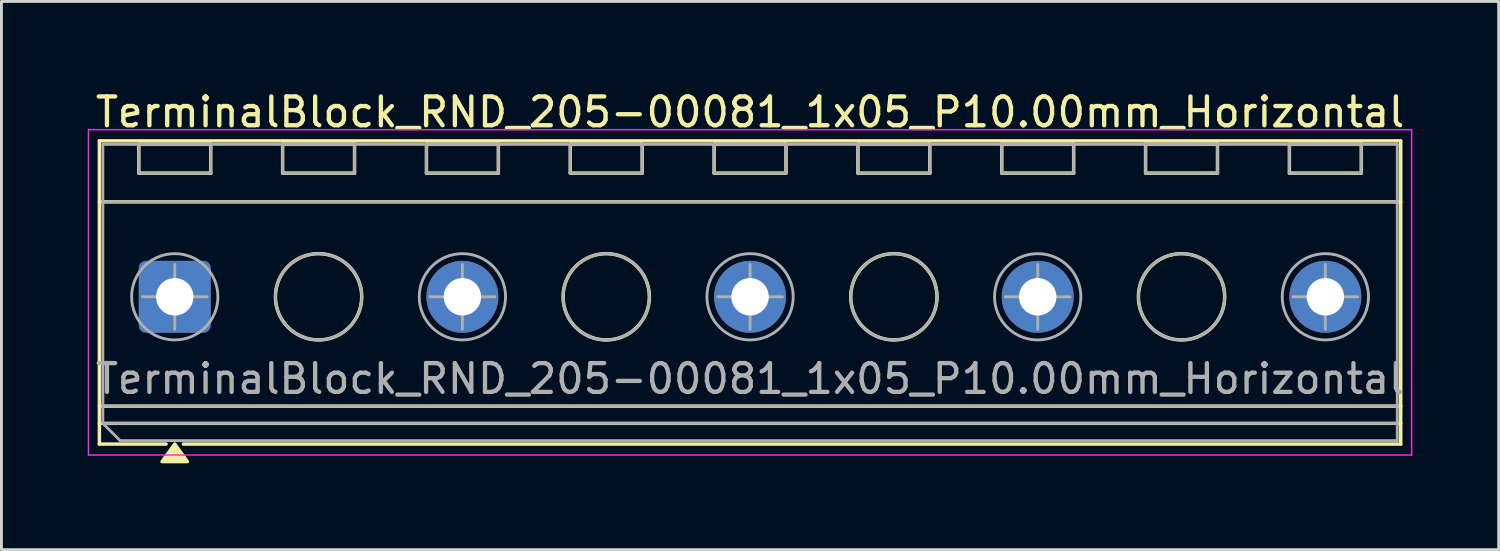
<source format=kicad_pcb>
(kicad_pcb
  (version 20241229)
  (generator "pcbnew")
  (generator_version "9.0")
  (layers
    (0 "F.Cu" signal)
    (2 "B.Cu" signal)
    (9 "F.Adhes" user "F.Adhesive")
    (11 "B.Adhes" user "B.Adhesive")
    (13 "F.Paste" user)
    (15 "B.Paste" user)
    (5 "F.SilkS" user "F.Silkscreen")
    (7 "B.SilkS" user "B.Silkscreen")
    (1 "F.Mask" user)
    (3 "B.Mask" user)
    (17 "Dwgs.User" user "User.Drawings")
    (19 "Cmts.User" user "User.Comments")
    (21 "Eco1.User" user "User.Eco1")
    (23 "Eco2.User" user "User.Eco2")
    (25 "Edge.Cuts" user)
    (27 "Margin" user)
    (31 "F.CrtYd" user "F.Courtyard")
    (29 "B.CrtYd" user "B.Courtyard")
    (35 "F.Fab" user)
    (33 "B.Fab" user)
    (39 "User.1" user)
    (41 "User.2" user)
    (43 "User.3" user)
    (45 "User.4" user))
  (footprint "TerminalBlock_RND_205-00081_1x05_P10.00mm_Horizontal"
    (layer "F.Cu")
    (at 3.025 7.268)
    (property "Reference" "TerminalBlock_RND_205-00081_1x05_P10.00mm_Horizontal" (at 20 -6.42 0) (layer "F.SilkS") (effects (font (size 1 1) (thickness 0.15))))
    (attr through_hole)
    (fp_line (start -2.62 -5.42) (end -2.62 5.12) (stroke (width 0.12) (type solid)) (layer "F.SilkS"))
    (fp_line (start -2.62 -5.42) (end 42.62 -5.42) (stroke (width 0.12) (type solid)) (layer "F.SilkS"))
    (fp_line (start -2.62 -3.3) (end 42.62 -3.3) (stroke (width 0.12) (type solid)) (layer "F.SilkS"))
    (fp_line (start -2.62 3.8) (end 42.62 3.8) (stroke (width 0.12) (type solid)) (layer "F.SilkS"))
    (fp_line (start -2.62 4.4) (end 42.62 4.4) (stroke (width 0.12) (type solid)) (layer "F.SilkS"))
    (fp_line (start -2.62 5.12) (end -0.3 5.12) (stroke (width 0.12) (type solid)) (layer "F.SilkS"))
    (fp_line (start -1.25 -5.3) (end -1.25 -4.3) (stroke (width 0.12) (type solid)) (layer "F.SilkS"))
    (fp_line (start -1.25 -5.3) (end 1.25 -5.3) (stroke (width 0.12) (type solid)) (layer "F.SilkS"))
    (fp_line (start -1.25 -4.3) (end 1.25 -4.3) (stroke (width 0.12) (type solid)) (layer "F.SilkS"))
    (fp_line (start 0.3 5.12) (end 42.62 5.12) (stroke (width 0.12) (type solid)) (layer "F.SilkS"))
    (fp_line (start 1.25 -5.3) (end 1.25 -4.3) (stroke (width 0.12) (type solid)) (layer "F.SilkS"))
    (fp_line (start 3.75 -5.3) (end 3.75 -4.3) (stroke (width 0.12) (type solid)) (layer "F.SilkS"))
    (fp_line (start 3.75 -5.3) (end 6.25 -5.3) (stroke (width 0.12) (type solid)) (layer "F.SilkS"))
    (fp_line (start 3.75 -4.3) (end 6.25 -4.3) (stroke (width 0.12) (type solid)) (layer "F.SilkS"))
    (fp_line (start 6.25 -5.3) (end 6.25 -4.3) (stroke (width 0.12) (type solid)) (layer "F.SilkS"))
    (fp_line (start 8.75 -5.3) (end 8.75 -4.3) (stroke (width 0.12) (type solid)) (layer "F.SilkS"))
    (fp_line (start 8.75 -5.3) (end 11.25 -5.3) (stroke (width 0.12) (type solid)) (layer "F.SilkS"))
    (fp_line (start 8.75 -4.3) (end 11.25 -4.3) (stroke (width 0.12) (type solid)) (layer "F.SilkS"))
    (fp_line (start 11.25 -5.3) (end 11.25 -4.3) (stroke (width 0.12) (type solid)) (layer "F.SilkS"))
    (fp_line (start 13.75 -5.3) (end 13.75 -4.3) (stroke (width 0.12) (type solid)) (layer "F.SilkS"))
    (fp_line (start 13.75 -5.3) (end 16.25 -5.3) (stroke (width 0.12) (type solid)) (layer "F.SilkS"))
    (fp_line (start 13.75 -4.3) (end 16.25 -4.3) (stroke (width 0.12) (type solid)) (layer "F.SilkS"))
    (fp_line (start 16.25 -5.3) (end 16.25 -4.3) (stroke (width 0.12) (type solid)) (layer "F.SilkS"))
    (fp_line (start 18.75 -5.3) (end 18.75 -4.3) (stroke (width 0.12) (type solid)) (layer "F.SilkS"))
    (fp_line (start 18.75 -5.3) (end 21.25 -5.3) (stroke (width 0.12) (type solid)) (layer "F.SilkS"))
    (fp_line (start 18.75 -4.3) (end 21.25 -4.3) (stroke (width 0.12) (type solid)) (layer "F.SilkS"))
    (fp_line (start 21.25 -5.3) (end 21.25 -4.3) (stroke (width 0.12) (type solid)) (layer "F.SilkS"))
    (fp_line (start 23.75 -5.3) (end 23.75 -4.3) (stroke (width 0.12) (type solid)) (layer "F.SilkS"))
    (fp_line (start 23.75 -5.3) (end 26.25 -5.3) (stroke (width 0.12) (type solid)) (layer "F.SilkS"))
    (fp_line (start 23.75 -4.3) (end 26.25 -4.3) (stroke (width 0.12) (type solid)) (layer "F.SilkS"))
    (fp_line (start 26.25 -5.3) (end 26.25 -4.3) (stroke (width 0.12) (type solid)) (layer "F.SilkS"))
    (fp_line (start 28.75 -5.3) (end 28.75 -4.3) (stroke (width 0.12) (type solid)) (layer "F.SilkS"))
    (fp_line (start 28.75 -5.3) (end 31.25 -5.3) (stroke (width 0.12) (type solid)) (layer "F.SilkS"))
    (fp_line (start 28.75 -4.3) (end 31.25 -4.3) (stroke (width 0.12) (type solid)) (layer "F.SilkS"))
    (fp_line (start 31.25 -5.3) (end 31.25 -4.3) (stroke (width 0.12) (type solid)) (layer "F.SilkS"))
    (fp_line (start 33.75 -5.3) (end 33.75 -4.3) (stroke (width 0.12) (type solid)) (layer "F.SilkS"))
    (fp_line (start 33.75 -5.3) (end 36.25 -5.3) (stroke (width 0.12) (type solid)) (layer "F.SilkS"))
    (fp_line (start 33.75 -4.3) (end 36.25 -4.3) (stroke (width 0.12) (type solid)) (layer "F.SilkS"))
    (fp_line (start 36.25 -5.3) (end 36.25 -4.3) (stroke (width 0.12) (type solid)) (layer "F.SilkS"))
    (fp_line (start 38.75 -5.3) (end 38.75 -4.3) (stroke (width 0.12) (type solid)) (layer "F.SilkS"))
    (fp_line (start 38.75 -5.3) (end 41.25 -5.3) (stroke (width 0.12) (type solid)) (layer "F.SilkS"))
    (fp_line (start 38.75 -4.3) (end 41.25 -4.3) (stroke (width 0.12) (type solid)) (layer "F.SilkS"))
    (fp_line (start 41.25 -5.3) (end 41.25 -4.3) (stroke (width 0.12) (type solid)) (layer "F.SilkS"))
    (fp_line (start 42.62 -5.42) (end 42.62 5.12) (stroke (width 0.12) (type solid)) (layer "F.SilkS"))
    (fp_circle (center 5 0) (end 6.5 0) (stroke (width 0.12) (type solid)) (fill no) (layer "F.SilkS"))
    (fp_circle (center 15 0) (end 16.5 0) (stroke (width 0.12) (type solid)) (fill no) (layer "F.SilkS"))
    (fp_circle (center 25 0) (end 26.5 0) (stroke (width 0.12) (type solid)) (fill no) (layer "F.SilkS"))
    (fp_circle (center 35 0) (end 36.5 0) (stroke (width 0.12) (type solid)) (fill no) (layer "F.SilkS"))
    (fp_poly (pts (xy 0 5.12) (xy 0.44 5.73) (xy -0.44 5.73)) (stroke (width 0.12) (type solid)) (fill yes) (layer "F.SilkS"))
    (fp_line (start -3 -5.81) (end -3 5.5) (stroke (width 0.05) (type solid)) (layer "F.CrtYd"))
    (fp_line (start -3 5.5) (end 43 5.5) (stroke (width 0.05) (type solid)) (layer "F.CrtYd"))
    (fp_line (start 43 -5.81) (end -3 -5.81) (stroke (width 0.05) (type solid)) (layer "F.CrtYd"))
    (fp_line (start 43 5.5) (end 43 -5.81) (stroke (width 0.05) (type solid)) (layer "F.CrtYd"))
    (fp_line (start -2.5 -5.3) (end 42.5 -5.3) (stroke (width 0.1) (type solid)) (layer "F.Fab"))
    (fp_line (start -2.5 -3.3) (end 42.5 -3.3) (stroke (width 0.1) (type solid)) (layer "F.Fab"))
    (fp_line (start -2.5 3.8) (end 42.5 3.8) (stroke (width 0.1) (type solid)) (layer "F.Fab"))
    (fp_line (start -2.5 4.4) (end -2.5 -5.3) (stroke (width 0.1) (type solid)) (layer "F.Fab"))
    (fp_line (start -2.5 4.4) (end 42.5 4.4) (stroke (width 0.1) (type solid)) (layer "F.Fab"))
    (fp_line (start -1.9 5) (end -2.5 4.4) (stroke (width 0.1) (type solid)) (layer "F.Fab"))
    (fp_line (start -1.25 -5.3) (end -1.25 -4.3) (stroke (width 0.1) (type solid)) (layer "F.Fab"))
    (fp_line (start -1.25 -4.3) (end 1.25 -4.3) (stroke (width 0.1) (type solid)) (layer "F.Fab"))
    (fp_line (start -1.125 0) (end 1.125 0) (stroke (width 0.1) (type solid)) (layer "F.Fab"))
    (fp_line (start 0 -1.125) (end 0 1.125) (stroke (width 0.1) (type solid)) (layer "F.Fab"))
    (fp_line (start 1.25 -5.3) (end -1.25 -5.3) (stroke (width 0.1) (type solid)) (layer "F.Fab"))
    (fp_line (start 1.25 -4.3) (end 1.25 -5.3) (stroke (width 0.1) (type solid)) (layer "F.Fab"))
    (fp_line (start 3.75 -5.3) (end 3.75 -4.3) (stroke (width 0.1) (type solid)) (layer "F.Fab"))
    (fp_line (start 3.75 -4.3) (end 6.25 -4.3) (stroke (width 0.1) (type solid)) (layer "F.Fab"))
    (fp_line (start 6.25 -5.3) (end 3.75 -5.3) (stroke (width 0.1) (type solid)) (layer "F.Fab"))
    (fp_line (start 6.25 -4.3) (end 6.25 -5.3) (stroke (width 0.1) (type solid)) (layer "F.Fab"))
    (fp_line (start 8.75 -5.3) (end 8.75 -4.3) (stroke (width 0.1) (type solid)) (layer "F.Fab"))
    (fp_line (start 8.75 -4.3) (end 11.25 -4.3) (stroke (width 0.1) (type solid)) (layer "F.Fab"))
    (fp_line (start 8.875 0) (end 11.125 0) (stroke (width 0.1) (type solid)) (layer "F.Fab"))
    (fp_line (start 10 -1.125) (end 10 1.125) (stroke (width 0.1) (type solid)) (layer "F.Fab"))
    (fp_line (start 11.25 -5.3) (end 8.75 -5.3) (stroke (width 0.1) (type solid)) (layer "F.Fab"))
    (fp_line (start 11.25 -4.3) (end 11.25 -5.3) (stroke (width 0.1) (type solid)) (layer "F.Fab"))
    (fp_line (start 13.75 -5.3) (end 13.75 -4.3) (stroke (width 0.1) (type solid)) (layer "F.Fab"))
    (fp_line (start 13.75 -4.3) (end 16.25 -4.3) (stroke (width 0.1) (type solid)) (layer "F.Fab"))
    (fp_line (start 16.25 -5.3) (end 13.75 -5.3) (stroke (width 0.1) (type solid)) (layer "F.Fab"))
    (fp_line (start 16.25 -4.3) (end 16.25 -5.3) (stroke (width 0.1) (type solid)) (layer "F.Fab"))
    (fp_line (start 18.75 -5.3) (end 18.75 -4.3) (stroke (width 0.1) (type solid)) (layer "F.Fab"))
    (fp_line (start 18.75 -4.3) (end 21.25 -4.3) (stroke (width 0.1) (type solid)) (layer "F.Fab"))
    (fp_line (start 18.875 0) (end 21.125 0) (stroke (width 0.1) (type solid)) (layer "F.Fab"))
    (fp_line (start 20 -1.125) (end 20 1.125) (stroke (width 0.1) (type solid)) (layer "F.Fab"))
    (fp_line (start 21.25 -5.3) (end 18.75 -5.3) (stroke (width 0.1) (type solid)) (layer "F.Fab"))
    (fp_line (start 21.25 -4.3) (end 21.25 -5.3) (stroke (width 0.1) (type solid)) (layer "F.Fab"))
    (fp_line (start 23.75 -5.3) (end 23.75 -4.3) (stroke (width 0.1) (type solid)) (layer "F.Fab"))
    (fp_line (start 23.75 -4.3) (end 26.25 -4.3) (stroke (width 0.1) (type solid)) (layer "F.Fab"))
    (fp_line (start 26.25 -5.3) (end 23.75 -5.3) (stroke (width 0.1) (type solid)) (layer "F.Fab"))
    (fp_line (start 26.25 -4.3) (end 26.25 -5.3) (stroke (width 0.1) (type solid)) (layer "F.Fab"))
    (fp_line (start 28.75 -5.3) (end 28.75 -4.3) (stroke (width 0.1) (type solid)) (layer "F.Fab"))
    (fp_line (start 28.75 -4.3) (end 31.25 -4.3) (stroke (width 0.1) (type solid)) (layer "F.Fab"))
    (fp_line (start 28.875 0) (end 31.125 0) (stroke (width 0.1) (type solid)) (layer "F.Fab"))
    (fp_line (start 30 -1.125) (end 30 1.125) (stroke (width 0.1) (type solid)) (layer "F.Fab"))
    (fp_line (start 31.25 -5.3) (end 28.75 -5.3) (stroke (width 0.1) (type solid)) (layer "F.Fab"))
    (fp_line (start 31.25 -4.3) (end 31.25 -5.3) (stroke (width 0.1) (type solid)) (layer "F.Fab"))
    (fp_line (start 33.75 -5.3) (end 33.75 -4.3) (stroke (width 0.1) (type solid)) (layer "F.Fab"))
    (fp_line (start 33.75 -4.3) (end 36.25 -4.3) (stroke (width 0.1) (type solid)) (layer "F.Fab"))
    (fp_line (start 36.25 -5.3) (end 33.75 -5.3) (stroke (width 0.1) (type solid)) (layer "F.Fab"))
    (fp_line (start 36.25 -4.3) (end 36.25 -5.3) (stroke (width 0.1) (type solid)) (layer "F.Fab"))
    (fp_line (start 38.75 -5.3) (end 38.75 -4.3) (stroke (width 0.1) (type solid)) (layer "F.Fab"))
    (fp_line (start 38.75 -4.3) (end 41.25 -4.3) (stroke (width 0.1) (type solid)) (layer "F.Fab"))
    (fp_line (start 38.875 0) (end 41.125 0) (stroke (width 0.1) (type solid)) (layer "F.Fab"))
    (fp_line (start 40 -1.125) (end 40 1.125) (stroke (width 0.1) (type solid)) (layer "F.Fab"))
    (fp_line (start 41.25 -5.3) (end 38.75 -5.3) (stroke (width 0.1) (type solid)) (layer "F.Fab"))
    (fp_line (start 41.25 -4.3) (end 41.25 -5.3) (stroke (width 0.1) (type solid)) (layer "F.Fab"))
    (fp_line (start 42.5 -5.3) (end 42.5 5) (stroke (width 0.1) (type solid)) (layer "F.Fab"))
    (fp_line (start 42.5 5) (end -1.9 5) (stroke (width 0.1) (type solid)) (layer "F.Fab"))
    (fp_circle (center 0 0) (end 1.5 0) (stroke (width 0.1) (type solid)) (fill no) (layer "F.Fab"))
    (fp_circle (center 5 0) (end 6.5 0) (stroke (width 0.1) (type solid)) (fill no) (layer "F.Fab"))
    (fp_circle (center 10 0) (end 11.5 0) (stroke (width 0.1) (type solid)) (fill no) (layer "F.Fab"))
    (fp_circle (center 15 0) (end 16.5 0) (stroke (width 0.1) (type solid)) (fill no) (layer "F.Fab"))
    (fp_circle (center 20 0) (end 21.5 0) (stroke (width 0.1) (type solid)) (fill no) (layer "F.Fab"))
    (fp_circle (center 25 0) (end 26.5 0) (stroke (width 0.1) (type solid)) (fill no) (layer "F.Fab"))
    (fp_circle (center 30 0) (end 31.5 0) (stroke (width 0.1) (type solid)) (fill no) (layer "F.Fab"))
    (fp_circle (center 35 0) (end 36.5 0) (stroke (width 0.1) (type solid)) (fill no) (layer "F.Fab"))
    (fp_circle (center 40 0) (end 41.5 0) (stroke (width 0.1) (type solid)) (fill no) (layer "F.Fab"))
    (fp_text user "${REFERENCE}" (at 20 2.85 0) (layer "F.Fab") (effects (font (size 1 1) (thickness 0.15))))
    (pad "1" thru_hole roundrect (at 0 0) (size 2.5 2.5) (drill 1.3) (layers "*.Cu" "*.Mask") (roundrect_rratio 0.1))
    (pad "2" thru_hole circle (at 10 0) (size 2.5 2.5) (drill 1.3) (layers "*.Cu" "*.Mask"))
    (pad "3" thru_hole circle (at 20 0) (size 2.5 2.5) (drill 1.3) (layers "*.Cu" "*.Mask"))
    (pad "4" thru_hole circle (at 30 0) (size 2.5 2.5) (drill 1.3) (layers "*.Cu" "*.Mask"))
    (pad "5" thru_hole circle (at 40 0) (size 2.5 2.5) (drill 1.3) (layers "*.Cu" "*.Mask")))
  (gr_rect
    (start -3 -3)
    (end 49.05 16.058)
    (stroke (width 0.1) (type default))
    (fill no)
    (layer "Edge.Cuts")))
</source>
